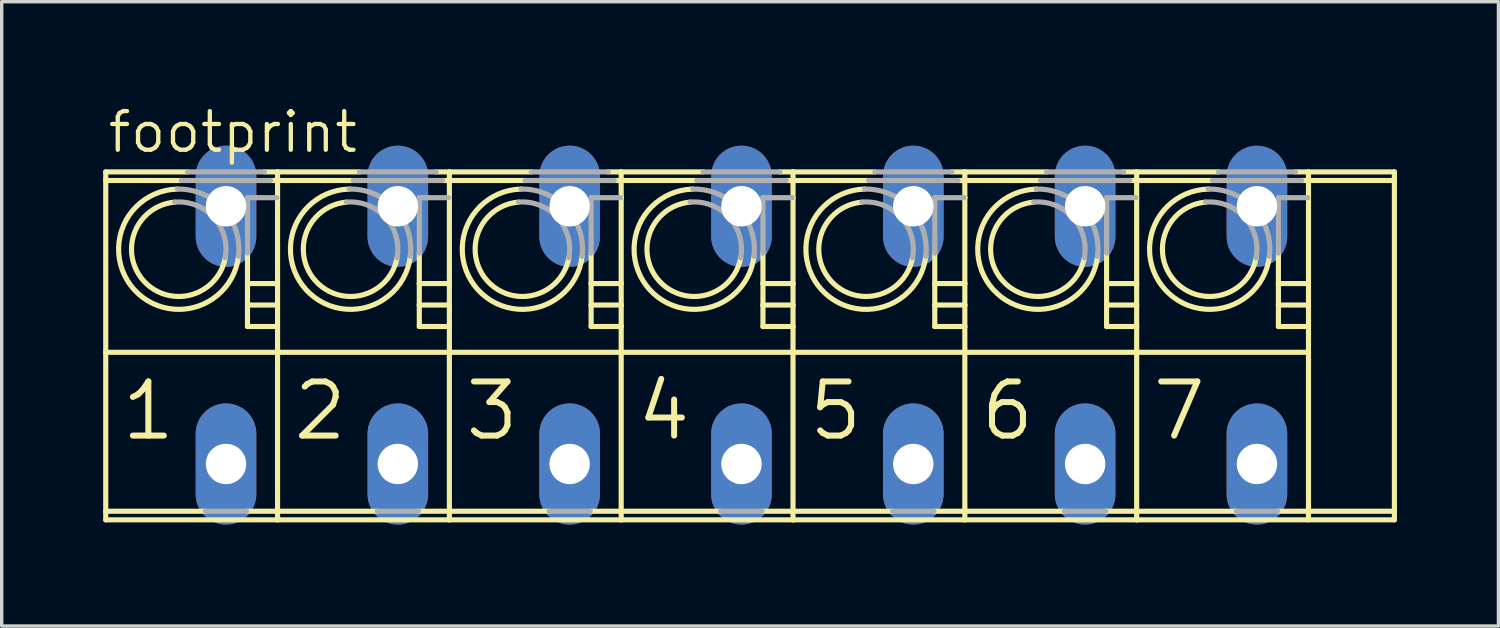
<source format=kicad_pcb>
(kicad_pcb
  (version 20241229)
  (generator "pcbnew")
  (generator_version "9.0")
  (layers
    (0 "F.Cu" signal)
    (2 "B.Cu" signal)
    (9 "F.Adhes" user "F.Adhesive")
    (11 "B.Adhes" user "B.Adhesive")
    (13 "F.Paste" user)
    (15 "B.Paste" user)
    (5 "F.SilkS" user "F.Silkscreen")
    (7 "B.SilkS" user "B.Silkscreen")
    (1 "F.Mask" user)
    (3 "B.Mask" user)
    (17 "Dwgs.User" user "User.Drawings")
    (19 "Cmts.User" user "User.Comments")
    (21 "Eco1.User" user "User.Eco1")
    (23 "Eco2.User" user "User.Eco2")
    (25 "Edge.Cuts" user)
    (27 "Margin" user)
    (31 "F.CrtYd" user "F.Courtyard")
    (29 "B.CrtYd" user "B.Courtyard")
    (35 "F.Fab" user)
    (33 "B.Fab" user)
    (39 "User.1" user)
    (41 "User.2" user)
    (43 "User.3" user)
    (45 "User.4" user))
  (footprint "footprint"
    (layer "F.Cu")
    (at 18.872 6.858)
    (property "Reference" "footprint" (at -18.796 -5.334 0) (layer "F.SilkS") (effects (font (size 1.143 1.143) (thickness 0.127)) (justify left bottom)))
    (fp_line (start -18.796 -4.572) (end -18.796 -4.826) (stroke (width 0.152) (type solid)) (layer "F.SilkS"))
    (fp_line (start -18.796 -4.572) (end -16.56 -4.572) (stroke (width 0.152) (type solid)) (layer "F.SilkS"))
    (fp_line (start -18.796 0.508) (end -18.796 -4.572) (stroke (width 0.152) (type solid)) (layer "F.SilkS"))
    (fp_line (start -18.796 0.508) (end -13.716 0.508) (stroke (width 0.152) (type solid)) (layer "F.SilkS"))
    (fp_line (start -18.796 5.207) (end -18.796 0.508) (stroke (width 0.152) (type solid)) (layer "F.SilkS"))
    (fp_line (start -18.796 5.207) (end -15.849 5.207) (stroke (width 0.152) (type solid)) (layer "F.SilkS"))
    (fp_line (start -18.796 5.461) (end -18.796 5.207) (stroke (width 0.152) (type solid)) (layer "F.SilkS"))
    (fp_line (start -16.376 -4.826) (end -18.796 -4.826) (stroke (width 0.152) (type solid)) (layer "F.SilkS"))
    (fp_line (start -14.631 5.207) (end -13.716 5.207) (stroke (width 0.152) (type solid)) (layer "F.SilkS"))
    (fp_line (start -14.605 -1.524) (end -14.605 -2.425) (stroke (width 0.152) (type solid)) (layer "F.SilkS"))
    (fp_line (start -14.605 -0.889) (end -14.605 -1.524) (stroke (width 0.152) (type solid)) (layer "F.SilkS"))
    (fp_line (start -14.605 -0.254) (end -14.605 -0.889) (stroke (width 0.152) (type solid)) (layer "F.SilkS"))
    (fp_line (start -13.92 -4.572) (end -13.716 -4.572) (stroke (width 0.152) (type solid)) (layer "F.SilkS"))
    (fp_line (start -13.716 -4.826) (end -14.104 -4.826) (stroke (width 0.152) (type solid)) (layer "F.SilkS"))
    (fp_line (start -13.716 -4.572) (end -13.716 -4.826) (stroke (width 0.152) (type solid)) (layer "F.SilkS"))
    (fp_line (start -13.716 -4.572) (end -11.48 -4.572) (stroke (width 0.152) (type solid)) (layer "F.SilkS"))
    (fp_line (start -13.716 -1.524) (end -14.605 -1.524) (stroke (width 0.152) (type solid)) (layer "F.SilkS"))
    (fp_line (start -13.716 -0.889) (end -14.605 -0.889) (stroke (width 0.152) (type solid)) (layer "F.SilkS"))
    (fp_line (start -13.716 -0.254) (end -14.605 -0.254) (stroke (width 0.152) (type solid)) (layer "F.SilkS"))
    (fp_line (start -13.716 0.508) (end -13.716 -4.572) (stroke (width 0.152) (type solid)) (layer "F.SilkS"))
    (fp_line (start -13.716 0.508) (end -8.636 0.508) (stroke (width 0.152) (type solid)) (layer "F.SilkS"))
    (fp_line (start -13.716 5.207) (end -13.716 0.508) (stroke (width 0.152) (type solid)) (layer "F.SilkS"))
    (fp_line (start -13.716 5.207) (end -10.769 5.207) (stroke (width 0.152) (type solid)) (layer "F.SilkS"))
    (fp_line (start -13.716 5.461) (end -18.796 5.461) (stroke (width 0.152) (type solid)) (layer "F.SilkS"))
    (fp_line (start -13.716 5.461) (end -13.716 5.207) (stroke (width 0.152) (type solid)) (layer "F.SilkS"))
    (fp_line (start -11.296 -4.826) (end -13.716 -4.826) (stroke (width 0.152) (type solid)) (layer "F.SilkS"))
    (fp_line (start -9.551 5.207) (end -8.636 5.207) (stroke (width 0.152) (type solid)) (layer "F.SilkS"))
    (fp_line (start -9.525 -1.524) (end -9.525 -2.425) (stroke (width 0.152) (type solid)) (layer "F.SilkS"))
    (fp_line (start -9.525 -0.889) (end -9.525 -1.524) (stroke (width 0.152) (type solid)) (layer "F.SilkS"))
    (fp_line (start -9.525 -0.254) (end -9.525 -0.889) (stroke (width 0.152) (type solid)) (layer "F.SilkS"))
    (fp_line (start -8.84 -4.572) (end -8.636 -4.572) (stroke (width 0.152) (type solid)) (layer "F.SilkS"))
    (fp_line (start -8.636 -4.826) (end -9.024 -4.826) (stroke (width 0.152) (type solid)) (layer "F.SilkS"))
    (fp_line (start -8.636 -4.572) (end -8.636 -4.826) (stroke (width 0.152) (type solid)) (layer "F.SilkS"))
    (fp_line (start -8.636 -4.572) (end -6.4 -4.572) (stroke (width 0.152) (type solid)) (layer "F.SilkS"))
    (fp_line (start -8.636 -1.524) (end -9.525 -1.524) (stroke (width 0.152) (type solid)) (layer "F.SilkS"))
    (fp_line (start -8.636 -1.524) (end -8.636 -4.572) (stroke (width 0.152) (type solid)) (layer "F.SilkS"))
    (fp_line (start -8.636 -0.889) (end -9.525 -0.889) (stroke (width 0.152) (type solid)) (layer "F.SilkS"))
    (fp_line (start -8.636 -0.889) (end -8.636 -1.524) (stroke (width 0.152) (type solid)) (layer "F.SilkS"))
    (fp_line (start -8.636 -0.254) (end -9.525 -0.254) (stroke (width 0.152) (type solid)) (layer "F.SilkS"))
    (fp_line (start -8.636 -0.254) (end -8.636 -0.889) (stroke (width 0.152) (type solid)) (layer "F.SilkS"))
    (fp_line (start -8.636 0.508) (end -8.636 -0.254) (stroke (width 0.152) (type solid)) (layer "F.SilkS"))
    (fp_line (start -8.636 0.508) (end -3.556 0.508) (stroke (width 0.152) (type solid)) (layer "F.SilkS"))
    (fp_line (start -8.636 5.207) (end -8.636 0.508) (stroke (width 0.152) (type solid)) (layer "F.SilkS"))
    (fp_line (start -8.636 5.207) (end -5.689 5.207) (stroke (width 0.152) (type solid)) (layer "F.SilkS"))
    (fp_line (start -8.636 5.461) (end -13.716 5.461) (stroke (width 0.152) (type solid)) (layer "F.SilkS"))
    (fp_line (start -8.636 5.461) (end -8.636 5.207) (stroke (width 0.152) (type solid)) (layer "F.SilkS"))
    (fp_line (start -6.216 -4.826) (end -8.636 -4.826) (stroke (width 0.152) (type solid)) (layer "F.SilkS"))
    (fp_line (start -4.471 5.207) (end -3.556 5.207) (stroke (width 0.152) (type solid)) (layer "F.SilkS"))
    (fp_line (start -4.445 -1.524) (end -4.445 -2.425) (stroke (width 0.152) (type solid)) (layer "F.SilkS"))
    (fp_line (start -4.445 -0.889) (end -4.445 -1.524) (stroke (width 0.152) (type solid)) (layer "F.SilkS"))
    (fp_line (start -4.445 -0.254) (end -4.445 -0.889) (stroke (width 0.152) (type solid)) (layer "F.SilkS"))
    (fp_line (start -3.76 -4.572) (end -3.556 -4.572) (stroke (width 0.152) (type solid)) (layer "F.SilkS"))
    (fp_line (start -3.577 -4.064) (end -3.556 -4.064) (stroke (width 0.152) (type solid)) (layer "F.SilkS"))
    (fp_line (start -3.556 -4.826) (end -3.944 -4.826) (stroke (width 0.152) (type solid)) (layer "F.SilkS"))
    (fp_line (start -3.556 -4.572) (end -3.556 -4.826) (stroke (width 0.152) (type solid)) (layer "F.SilkS"))
    (fp_line (start -3.556 -4.572) (end -1.32 -4.572) (stroke (width 0.152) (type solid)) (layer "F.SilkS"))
    (fp_line (start -3.556 -4.064) (end -3.556 -4.572) (stroke (width 0.152) (type solid)) (layer "F.SilkS"))
    (fp_line (start -3.556 -1.524) (end -4.445 -1.524) (stroke (width 0.152) (type solid)) (layer "F.SilkS"))
    (fp_line (start -3.556 -1.524) (end -3.556 -4.064) (stroke (width 0.152) (type solid)) (layer "F.SilkS"))
    (fp_line (start -3.556 -0.889) (end -4.445 -0.889) (stroke (width 0.152) (type solid)) (layer "F.SilkS"))
    (fp_line (start -3.556 -0.889) (end -3.556 -1.524) (stroke (width 0.152) (type solid)) (layer "F.SilkS"))
    (fp_line (start -3.556 -0.254) (end -4.445 -0.254) (stroke (width 0.152) (type solid)) (layer "F.SilkS"))
    (fp_line (start -3.556 -0.254) (end -3.556 -0.889) (stroke (width 0.152) (type solid)) (layer "F.SilkS"))
    (fp_line (start -3.556 0.508) (end -3.556 -0.254) (stroke (width 0.152) (type solid)) (layer "F.SilkS"))
    (fp_line (start -3.556 0.508) (end 1.524 0.508) (stroke (width 0.152) (type solid)) (layer "F.SilkS"))
    (fp_line (start -3.556 5.207) (end -3.556 0.508) (stroke (width 0.152) (type solid)) (layer "F.SilkS"))
    (fp_line (start -3.556 5.207) (end -0.609 5.207) (stroke (width 0.152) (type solid)) (layer "F.SilkS"))
    (fp_line (start -3.556 5.461) (end -8.636 5.461) (stroke (width 0.152) (type solid)) (layer "F.SilkS"))
    (fp_line (start -3.556 5.461) (end -3.556 5.207) (stroke (width 0.152) (type solid)) (layer "F.SilkS"))
    (fp_line (start -1.136 -4.826) (end -3.556 -4.826) (stroke (width 0.152) (type solid)) (layer "F.SilkS"))
    (fp_line (start 0.609 5.207) (end 1.524 5.207) (stroke (width 0.152) (type solid)) (layer "F.SilkS"))
    (fp_line (start 0.635 -1.524) (end 0.635 -2.425) (stroke (width 0.152) (type solid)) (layer "F.SilkS"))
    (fp_line (start 0.635 -0.889) (end 0.635 -1.524) (stroke (width 0.152) (type solid)) (layer "F.SilkS"))
    (fp_line (start 0.635 -0.254) (end 0.635 -0.889) (stroke (width 0.152) (type solid)) (layer "F.SilkS"))
    (fp_line (start 1.32 -4.572) (end 1.524 -4.572) (stroke (width 0.152) (type solid)) (layer "F.SilkS"))
    (fp_line (start 1.503 -4.064) (end 1.524 -4.064) (stroke (width 0.152) (type solid)) (layer "F.SilkS"))
    (fp_line (start 1.524 -4.826) (end 1.136 -4.826) (stroke (width 0.152) (type solid)) (layer "F.SilkS"))
    (fp_line (start 1.524 -4.572) (end 1.524 -4.826) (stroke (width 0.152) (type solid)) (layer "F.SilkS"))
    (fp_line (start 1.524 -4.572) (end 3.76 -4.572) (stroke (width 0.152) (type solid)) (layer "F.SilkS"))
    (fp_line (start 1.524 -4.064) (end 1.524 -4.572) (stroke (width 0.152) (type solid)) (layer "F.SilkS"))
    (fp_line (start 1.524 -1.524) (end 0.635 -1.524) (stroke (width 0.152) (type solid)) (layer "F.SilkS"))
    (fp_line (start 1.524 -1.524) (end 1.524 -4.064) (stroke (width 0.152) (type solid)) (layer "F.SilkS"))
    (fp_line (start 1.524 -0.889) (end 0.635 -0.889) (stroke (width 0.152) (type solid)) (layer "F.SilkS"))
    (fp_line (start 1.524 -0.889) (end 1.524 -1.524) (stroke (width 0.152) (type solid)) (layer "F.SilkS"))
    (fp_line (start 1.524 -0.254) (end 0.635 -0.254) (stroke (width 0.152) (type solid)) (layer "F.SilkS"))
    (fp_line (start 1.524 -0.254) (end 1.524 -0.889) (stroke (width 0.152) (type solid)) (layer "F.SilkS"))
    (fp_line (start 1.524 0.508) (end 1.524 -0.254) (stroke (width 0.152) (type solid)) (layer "F.SilkS"))
    (fp_line (start 1.524 0.508) (end 6.604 0.508) (stroke (width 0.152) (type solid)) (layer "F.SilkS"))
    (fp_line (start 1.524 5.207) (end 1.524 0.508) (stroke (width 0.152) (type solid)) (layer "F.SilkS"))
    (fp_line (start 1.524 5.207) (end 4.471 5.207) (stroke (width 0.152) (type solid)) (layer "F.SilkS"))
    (fp_line (start 1.524 5.461) (end -3.556 5.461) (stroke (width 0.152) (type solid)) (layer "F.SilkS"))
    (fp_line (start 1.524 5.461) (end 1.524 5.207) (stroke (width 0.152) (type solid)) (layer "F.SilkS"))
    (fp_line (start 3.944 -4.826) (end 1.524 -4.826) (stroke (width 0.152) (type solid)) (layer "F.SilkS"))
    (fp_line (start 5.689 5.207) (end 6.604 5.207) (stroke (width 0.152) (type solid)) (layer "F.SilkS"))
    (fp_line (start 5.715 -1.524) (end 5.715 -2.425) (stroke (width 0.152) (type solid)) (layer "F.SilkS"))
    (fp_line (start 5.715 -0.889) (end 5.715 -1.524) (stroke (width 0.152) (type solid)) (layer "F.SilkS"))
    (fp_line (start 5.715 -0.254) (end 5.715 -0.889) (stroke (width 0.152) (type solid)) (layer "F.SilkS"))
    (fp_line (start 6.4 -4.572) (end 6.604 -4.572) (stroke (width 0.152) (type solid)) (layer "F.SilkS"))
    (fp_line (start 6.583 -4.064) (end 6.604 -4.064) (stroke (width 0.152) (type solid)) (layer "F.SilkS"))
    (fp_line (start 6.604 -4.826) (end 6.216 -4.826) (stroke (width 0.152) (type solid)) (layer "F.SilkS"))
    (fp_line (start 6.604 -4.572) (end 6.604 -4.826) (stroke (width 0.152) (type solid)) (layer "F.SilkS"))
    (fp_line (start 6.604 -4.572) (end 8.84 -4.572) (stroke (width 0.152) (type solid)) (layer "F.SilkS"))
    (fp_line (start 6.604 -4.064) (end 6.604 -4.572) (stroke (width 0.152) (type solid)) (layer "F.SilkS"))
    (fp_line (start 6.604 -1.524) (end 5.715 -1.524) (stroke (width 0.152) (type solid)) (layer "F.SilkS"))
    (fp_line (start 6.604 -1.524) (end 6.604 -4.064) (stroke (width 0.152) (type solid)) (layer "F.SilkS"))
    (fp_line (start 6.604 -0.889) (end 5.715 -0.889) (stroke (width 0.152) (type solid)) (layer "F.SilkS"))
    (fp_line (start 6.604 -0.889) (end 6.604 -1.524) (stroke (width 0.152) (type solid)) (layer "F.SilkS"))
    (fp_line (start 6.604 -0.254) (end 5.715 -0.254) (stroke (width 0.152) (type solid)) (layer "F.SilkS"))
    (fp_line (start 6.604 -0.254) (end 6.604 -0.889) (stroke (width 0.152) (type solid)) (layer "F.SilkS"))
    (fp_line (start 6.604 0.508) (end 6.604 -0.254) (stroke (width 0.152) (type solid)) (layer "F.SilkS"))
    (fp_line (start 6.604 0.508) (end 11.684 0.508) (stroke (width 0.152) (type solid)) (layer "F.SilkS"))
    (fp_line (start 6.604 5.207) (end 6.604 0.508) (stroke (width 0.152) (type solid)) (layer "F.SilkS"))
    (fp_line (start 6.604 5.207) (end 9.551 5.207) (stroke (width 0.152) (type solid)) (layer "F.SilkS"))
    (fp_line (start 6.604 5.461) (end 1.524 5.461) (stroke (width 0.152) (type solid)) (layer "F.SilkS"))
    (fp_line (start 6.604 5.461) (end 6.604 5.207) (stroke (width 0.152) (type solid)) (layer "F.SilkS"))
    (fp_line (start 9.024 -4.826) (end 6.604 -4.826) (stroke (width 0.152) (type solid)) (layer "F.SilkS"))
    (fp_line (start 10.769 5.207) (end 11.684 5.207) (stroke (width 0.152) (type solid)) (layer "F.SilkS"))
    (fp_line (start 10.795 -1.524) (end 10.795 -2.425) (stroke (width 0.152) (type solid)) (layer "F.SilkS"))
    (fp_line (start 10.795 -0.889) (end 10.795 -1.524) (stroke (width 0.152) (type solid)) (layer "F.SilkS"))
    (fp_line (start 10.795 -0.254) (end 10.795 -0.889) (stroke (width 0.152) (type solid)) (layer "F.SilkS"))
    (fp_line (start 11.48 -4.572) (end 11.684 -4.572) (stroke (width 0.152) (type solid)) (layer "F.SilkS"))
    (fp_line (start 11.663 -4.064) (end 11.684 -4.064) (stroke (width 0.152) (type solid)) (layer "F.SilkS"))
    (fp_line (start 11.684 -4.826) (end 11.296 -4.826) (stroke (width 0.152) (type solid)) (layer "F.SilkS"))
    (fp_line (start 11.684 -4.572) (end 11.684 -4.826) (stroke (width 0.152) (type solid)) (layer "F.SilkS"))
    (fp_line (start 11.684 -4.572) (end 13.92 -4.572) (stroke (width 0.152) (type solid)) (layer "F.SilkS"))
    (fp_line (start 11.684 -4.064) (end 11.684 -4.572) (stroke (width 0.152) (type solid)) (layer "F.SilkS"))
    (fp_line (start 11.684 -1.524) (end 10.795 -1.524) (stroke (width 0.152) (type solid)) (layer "F.SilkS"))
    (fp_line (start 11.684 -0.889) (end 10.795 -0.889) (stroke (width 0.152) (type solid)) (layer "F.SilkS"))
    (fp_line (start 11.684 -0.254) (end 10.795 -0.254) (stroke (width 0.152) (type solid)) (layer "F.SilkS"))
    (fp_line (start 11.684 0.508) (end 11.684 -4.064) (stroke (width 0.152) (type solid)) (layer "F.SilkS"))
    (fp_line (start 11.684 0.508) (end 16.764 0.508) (stroke (width 0.152) (type solid)) (layer "F.SilkS"))
    (fp_line (start 11.684 5.207) (end 11.684 0.508) (stroke (width 0.152) (type solid)) (layer "F.SilkS"))
    (fp_line (start 11.684 5.207) (end 14.631 5.207) (stroke (width 0.152) (type solid)) (layer "F.SilkS"))
    (fp_line (start 11.684 5.461) (end 6.604 5.461) (stroke (width 0.152) (type solid)) (layer "F.SilkS"))
    (fp_line (start 11.684 5.461) (end 11.684 5.207) (stroke (width 0.152) (type solid)) (layer "F.SilkS"))
    (fp_line (start 14.104 -4.826) (end 11.684 -4.826) (stroke (width 0.152) (type solid)) (layer "F.SilkS"))
    (fp_line (start 15.875 -1.524) (end 15.875 -2.425) (stroke (width 0.152) (type solid)) (layer "F.SilkS"))
    (fp_line (start 15.875 -0.889) (end 15.875 -1.524) (stroke (width 0.152) (type solid)) (layer "F.SilkS"))
    (fp_line (start 15.875 -0.254) (end 15.875 -0.889) (stroke (width 0.152) (type solid)) (layer "F.SilkS"))
    (fp_line (start 16.743 -4.064) (end 16.764 -4.064) (stroke (width 0.152) (type solid)) (layer "F.SilkS"))
    (fp_line (start 16.764 -4.064) (end 16.764 -4.826) (stroke (width 0.152) (type solid)) (layer "F.SilkS"))
    (fp_line (start 16.764 -1.524) (end 15.875 -1.524) (stroke (width 0.152) (type solid)) (layer "F.SilkS"))
    (fp_line (start 16.764 -1.524) (end 16.764 -4.064) (stroke (width 0.152) (type solid)) (layer "F.SilkS"))
    (fp_line (start 16.764 -0.889) (end 15.875 -0.889) (stroke (width 0.152) (type solid)) (layer "F.SilkS"))
    (fp_line (start 16.764 -0.889) (end 16.764 -1.524) (stroke (width 0.152) (type solid)) (layer "F.SilkS"))
    (fp_line (start 16.764 -0.254) (end 15.875 -0.254) (stroke (width 0.152) (type solid)) (layer "F.SilkS"))
    (fp_line (start 16.764 -0.254) (end 16.764 -0.889) (stroke (width 0.152) (type solid)) (layer "F.SilkS"))
    (fp_line (start 16.764 0.508) (end 16.764 -0.254) (stroke (width 0.152) (type solid)) (layer "F.SilkS"))
    (fp_line (start 16.764 5.461) (end 16.764 0.508) (stroke (width 0.152) (type solid)) (layer "F.SilkS"))
    (fp_line (start 19.304 -4.826) (end 16.376 -4.826) (stroke (width 0.152) (type solid)) (layer "F.SilkS"))
    (fp_line (start 19.304 -4.572) (end 16.56 -4.572) (stroke (width 0.152) (type solid)) (layer "F.SilkS"))
    (fp_line (start 19.304 -4.572) (end 19.304 -4.826) (stroke (width 0.152) (type solid)) (layer "F.SilkS"))
    (fp_line (start 19.304 5.207) (end 15.849 5.207) (stroke (width 0.152) (type solid)) (layer "F.SilkS"))
    (fp_line (start 19.304 5.207) (end 19.304 -4.572) (stroke (width 0.152) (type solid)) (layer "F.SilkS"))
    (fp_line (start 19.304 5.461) (end 11.684 5.461) (stroke (width 0.152) (type solid)) (layer "F.SilkS"))
    (fp_line (start 19.304 5.461) (end 19.304 5.207) (stroke (width 0.152) (type solid)) (layer "F.SilkS"))
    (fp_arc (start -15.262798 -2.286201) (mid -17.670823 -1.599522) (end -16.7592 -3.9317) (stroke (width 0.1524) (type solid)) (layer "F.SilkS"))
    (fp_arc (start -14.8708 -2.3312) (mid -17.952817 -1.343062) (end -16.6769 -4.3175) (stroke (width 0.1524) (type solid)) (layer "F.SilkS"))
    (fp_arc (start -10.182798 -2.286201) (mid -12.590823 -1.599522) (end -11.6792 -3.9317) (stroke (width 0.1524) (type solid)) (layer "F.SilkS"))
    (fp_arc (start -9.7908 -2.3312) (mid -12.872817 -1.343062) (end -11.5969 -4.3175) (stroke (width 0.1524) (type solid)) (layer "F.SilkS"))
    (fp_arc (start -5.102798 -2.286201) (mid -7.510823 -1.599522) (end -6.5992 -3.9317) (stroke (width 0.1524) (type solid)) (layer "F.SilkS"))
    (fp_arc (start -4.7108 -2.3312) (mid -7.792817 -1.343062) (end -6.5169 -4.3175) (stroke (width 0.1524) (type solid)) (layer "F.SilkS"))
    (fp_arc (start -0.022798 -2.286201) (mid -2.430823 -1.599522) (end -1.5192 -3.9317) (stroke (width 0.1524) (type solid)) (layer "F.SilkS"))
    (fp_arc (start 0.3692 -2.3312) (mid -2.712817 -1.343062) (end -1.4369 -4.3175) (stroke (width 0.1524) (type solid)) (layer "F.SilkS"))
    (fp_arc (start 5.0572 -2.2862) (mid 2.649175 -1.599523) (end 3.5608 -3.9317) (stroke (width 0.1524) (type solid)) (layer "F.SilkS"))
    (fp_arc (start 5.449199 -2.331199) (mid 2.367181 -1.343062) (end 3.6431 -4.3175) (stroke (width 0.1524) (type solid)) (layer "F.SilkS"))
    (fp_arc (start 10.1372 -2.2862) (mid 7.729175 -1.599523) (end 8.6408 -3.9317) (stroke (width 0.1524) (type solid)) (layer "F.SilkS"))
    (fp_arc (start 10.529199 -2.331199) (mid 7.447181 -1.343062) (end 8.7231 -4.3175) (stroke (width 0.1524) (type solid)) (layer "F.SilkS"))
    (fp_arc (start 15.2172 -2.2862) (mid 12.809175 -1.599523) (end 13.7208 -3.9317) (stroke (width 0.1524) (type solid)) (layer "F.SilkS"))
    (fp_arc (start 15.609199 -2.331199) (mid 12.527181 -1.343062) (end 13.8031 -4.3175) (stroke (width 0.1524) (type solid)) (layer "F.SilkS"))
    (fp_line (start -16.56 -4.572) (end -13.92 -4.572) (stroke (width 0.152) (type solid)) (layer "F.Fab"))
    (fp_line (start -15.849 5.207) (end -14.631 5.207) (stroke (width 0.152) (type solid)) (layer "F.Fab"))
    (fp_line (start -14.605 -4.064) (end -13.737 -4.064) (stroke (width 0.152) (type solid)) (layer "F.Fab"))
    (fp_line (start -14.605 -2.425) (end -14.605 -4.064) (stroke (width 0.152) (type solid)) (layer "F.Fab"))
    (fp_line (start -14.104 -4.826) (end -16.376 -4.826) (stroke (width 0.152) (type solid)) (layer "F.Fab"))
    (fp_line (start -11.48 -4.572) (end -8.84 -4.572) (stroke (width 0.152) (type solid)) (layer "F.Fab"))
    (fp_line (start -10.769 5.207) (end -9.551 5.207) (stroke (width 0.152) (type solid)) (layer "F.Fab"))
    (fp_line (start -9.525 -4.064) (end -8.657 -4.064) (stroke (width 0.152) (type solid)) (layer "F.Fab"))
    (fp_line (start -9.525 -2.425) (end -9.525 -4.064) (stroke (width 0.152) (type solid)) (layer "F.Fab"))
    (fp_line (start -9.024 -4.826) (end -11.296 -4.826) (stroke (width 0.152) (type solid)) (layer "F.Fab"))
    (fp_line (start -6.4 -4.572) (end -3.76 -4.572) (stroke (width 0.152) (type solid)) (layer "F.Fab"))
    (fp_line (start -5.689 5.207) (end -4.471 5.207) (stroke (width 0.152) (type solid)) (layer "F.Fab"))
    (fp_line (start -4.445 -4.064) (end -3.577 -4.064) (stroke (width 0.152) (type solid)) (layer "F.Fab"))
    (fp_line (start -4.445 -2.425) (end -4.445 -4.064) (stroke (width 0.152) (type solid)) (layer "F.Fab"))
    (fp_line (start -3.944 -4.826) (end -6.216 -4.826) (stroke (width 0.152) (type solid)) (layer "F.Fab"))
    (fp_line (start -1.32 -4.572) (end 1.32 -4.572) (stroke (width 0.152) (type solid)) (layer "F.Fab"))
    (fp_line (start -0.609 5.207) (end 0.609 5.207) (stroke (width 0.152) (type solid)) (layer "F.Fab"))
    (fp_line (start 0.635 -4.064) (end 1.503 -4.064) (stroke (width 0.152) (type solid)) (layer "F.Fab"))
    (fp_line (start 0.635 -2.425) (end 0.635 -4.064) (stroke (width 0.152) (type solid)) (layer "F.Fab"))
    (fp_line (start 1.136 -4.826) (end -1.136 -4.826) (stroke (width 0.152) (type solid)) (layer "F.Fab"))
    (fp_line (start 3.76 -4.572) (end 6.4 -4.572) (stroke (width 0.152) (type solid)) (layer "F.Fab"))
    (fp_line (start 4.471 5.207) (end 5.689 5.207) (stroke (width 0.152) (type solid)) (layer "F.Fab"))
    (fp_line (start 5.715 -4.064) (end 6.583 -4.064) (stroke (width 0.152) (type solid)) (layer "F.Fab"))
    (fp_line (start 5.715 -2.425) (end 5.715 -4.064) (stroke (width 0.152) (type solid)) (layer "F.Fab"))
    (fp_line (start 6.216 -4.826) (end 3.944 -4.826) (stroke (width 0.152) (type solid)) (layer "F.Fab"))
    (fp_line (start 8.84 -4.572) (end 11.48 -4.572) (stroke (width 0.152) (type solid)) (layer "F.Fab"))
    (fp_line (start 9.551 5.207) (end 10.769 5.207) (stroke (width 0.152) (type solid)) (layer "F.Fab"))
    (fp_line (start 10.795 -4.064) (end 11.663 -4.064) (stroke (width 0.152) (type solid)) (layer "F.Fab"))
    (fp_line (start 10.795 -2.425) (end 10.795 -4.064) (stroke (width 0.152) (type solid)) (layer "F.Fab"))
    (fp_line (start 11.296 -4.826) (end 9.024 -4.826) (stroke (width 0.152) (type solid)) (layer "F.Fab"))
    (fp_line (start 13.92 -4.572) (end 16.56 -4.572) (stroke (width 0.152) (type solid)) (layer "F.Fab"))
    (fp_line (start 14.631 5.207) (end 15.849 5.207) (stroke (width 0.152) (type solid)) (layer "F.Fab"))
    (fp_line (start 15.875 -4.064) (end 16.743 -4.064) (stroke (width 0.152) (type solid)) (layer "F.Fab"))
    (fp_line (start 15.875 -2.425) (end 15.875 -4.064) (stroke (width 0.152) (type solid)) (layer "F.Fab"))
    (fp_line (start 16.376 -4.826) (end 14.104 -4.826) (stroke (width 0.152) (type solid)) (layer "F.Fab"))
    (fp_arc (start -16.7592 -3.9317) (mid -15.603305 -3.479838) (end -15.263098 -2.286301) (stroke (width 0.1524) (type solid)) (layer "F.Fab"))
    (fp_arc (start -16.6769 -4.3175) (mid -15.321248 -3.735937) (end -14.870999 -2.331201) (stroke (width 0.1524) (type solid)) (layer "F.Fab"))
    (fp_arc (start -11.6792 -3.9317) (mid -10.523305 -3.479838) (end -10.183098 -2.286301) (stroke (width 0.1524) (type solid)) (layer "F.Fab"))
    (fp_arc (start -11.5969 -4.3175) (mid -10.241248 -3.735937) (end -9.790999 -2.331201) (stroke (width 0.1524) (type solid)) (layer "F.Fab"))
    (fp_arc (start -6.5992 -3.9317) (mid -5.443305 -3.479838) (end -5.103098 -2.286301) (stroke (width 0.1524) (type solid)) (layer "F.Fab"))
    (fp_arc (start -6.5169 -4.3175) (mid -5.161248 -3.735937) (end -4.710999 -2.331201) (stroke (width 0.1524) (type solid)) (layer "F.Fab"))
    (fp_arc (start -1.5192 -3.9317) (mid -0.363305 -3.479838) (end -0.023098 -2.286301) (stroke (width 0.1524) (type solid)) (layer "F.Fab"))
    (fp_arc (start -1.4369 -4.3175) (mid -0.081248 -3.735937) (end 0.369001 -2.331201) (stroke (width 0.1524) (type solid)) (layer "F.Fab"))
    (fp_arc (start 3.5608 -3.9317) (mid 4.716694 -3.479837) (end 5.0569 -2.2863) (stroke (width 0.1524) (type solid)) (layer "F.Fab"))
    (fp_arc (start 3.6431 -4.3175) (mid 4.998752 -3.735936) (end 5.449 -2.3312) (stroke (width 0.1524) (type solid)) (layer "F.Fab"))
    (fp_arc (start 8.6408 -3.9317) (mid 9.796694 -3.479837) (end 10.1369 -2.2863) (stroke (width 0.1524) (type solid)) (layer "F.Fab"))
    (fp_arc (start 8.7231 -4.3175) (mid 10.078752 -3.735936) (end 10.529 -2.3312) (stroke (width 0.1524) (type solid)) (layer "F.Fab"))
    (fp_arc (start 13.7208 -3.9317) (mid 14.876694 -3.479837) (end 15.2169 -2.2863) (stroke (width 0.1524) (type solid)) (layer "F.Fab"))
    (fp_arc (start 13.8031 -4.3175) (mid 15.158752 -3.735936) (end 15.609 -2.3312) (stroke (width 0.1524) (type solid)) (layer "F.Fab"))
    (fp_text user "3" (at -8.255 3.175 0) (layer "F.SilkS") (effects (font (size 1.6 1.6) (thickness 0.178)) (justify left bottom)))
    (fp_text user "1" (at -18.415 3.175 0) (layer "F.SilkS") (effects (font (size 1.6 1.6) (thickness 0.178)) (justify left bottom)))
    (fp_text user "6" (at 6.985 3.175 0) (layer "F.SilkS") (effects (font (size 1.6 1.6) (thickness 0.178)) (justify left bottom)))
    (fp_text user "7" (at 12.065 3.175 0) (layer "F.SilkS") (effects (font (size 1.6 1.6) (thickness 0.178)) (justify left bottom)))
    (fp_text user "2" (at -13.335 3.175 0) (layer "F.SilkS") (effects (font (size 1.6 1.6) (thickness 0.178)) (justify left bottom)))
    (fp_text user "4" (at -3.175 3.175 0) (layer "F.SilkS") (effects (font (size 1.6 1.6) (thickness 0.178)) (justify left bottom)))
    (fp_text user "5" (at 1.905 3.175 0) (layer "F.SilkS") (effects (font (size 1.6 1.6) (thickness 0.178)) (justify left bottom)))
    (pad "1" thru_hole oval (at -15.24 3.81 90) (size 3.581 1.791) (drill 1.194) (layers "*.Cu" "*.Mask"))
    (pad "1A" thru_hole oval (at -15.24 -3.81 90) (size 3.581 1.791) (drill 1.194) (layers "*.Cu" "*.Mask"))
    (pad "2" thru_hole oval (at -10.16 3.81 90) (size 3.581 1.791) (drill 1.194) (layers "*.Cu" "*.Mask"))
    (pad "2A" thru_hole oval (at -10.16 -3.81 90) (size 3.581 1.791) (drill 1.194) (layers "*.Cu" "*.Mask"))
    (pad "3" thru_hole oval (at -5.08 3.81 90) (size 3.581 1.791) (drill 1.194) (layers "*.Cu" "*.Mask"))
    (pad "3A" thru_hole oval (at -5.08 -3.81 90) (size 3.581 1.791) (drill 1.194) (layers "*.Cu" "*.Mask"))
    (pad "4" thru_hole oval (at 0 3.81 90) (size 3.581 1.791) (drill 1.194) (layers "*.Cu" "*.Mask"))
    (pad "4A" thru_hole oval (at 0 -3.81 90) (size 3.581 1.791) (drill 1.194) (layers "*.Cu" "*.Mask"))
    (pad "5" thru_hole oval (at 5.08 3.81 90) (size 3.581 1.791) (drill 1.194) (layers "*.Cu" "*.Mask"))
    (pad "5A" thru_hole oval (at 5.08 -3.81 90) (size 3.581 1.791) (drill 1.194) (layers "*.Cu" "*.Mask"))
    (pad "6" thru_hole oval (at 10.16 3.81 90) (size 3.581 1.791) (drill 1.194) (layers "*.Cu" "*.Mask"))
    (pad "6A" thru_hole oval (at 10.16 -3.81 90) (size 3.581 1.791) (drill 1.194) (layers "*.Cu" "*.Mask"))
    (pad "7" thru_hole oval (at 15.24 3.81 90) (size 3.581 1.791) (drill 1.194) (layers "*.Cu" "*.Mask"))
    (pad "7A" thru_hole oval (at 15.24 -3.81 90) (size 3.581 1.791) (drill 1.194) (layers "*.Cu" "*.Mask")))
  (gr_rect
    (start -3 -3)
    (end 41.252 15.459)
    (stroke (width 0.1) (type default))
    (fill no)
    (layer "Edge.Cuts")))
</source>
